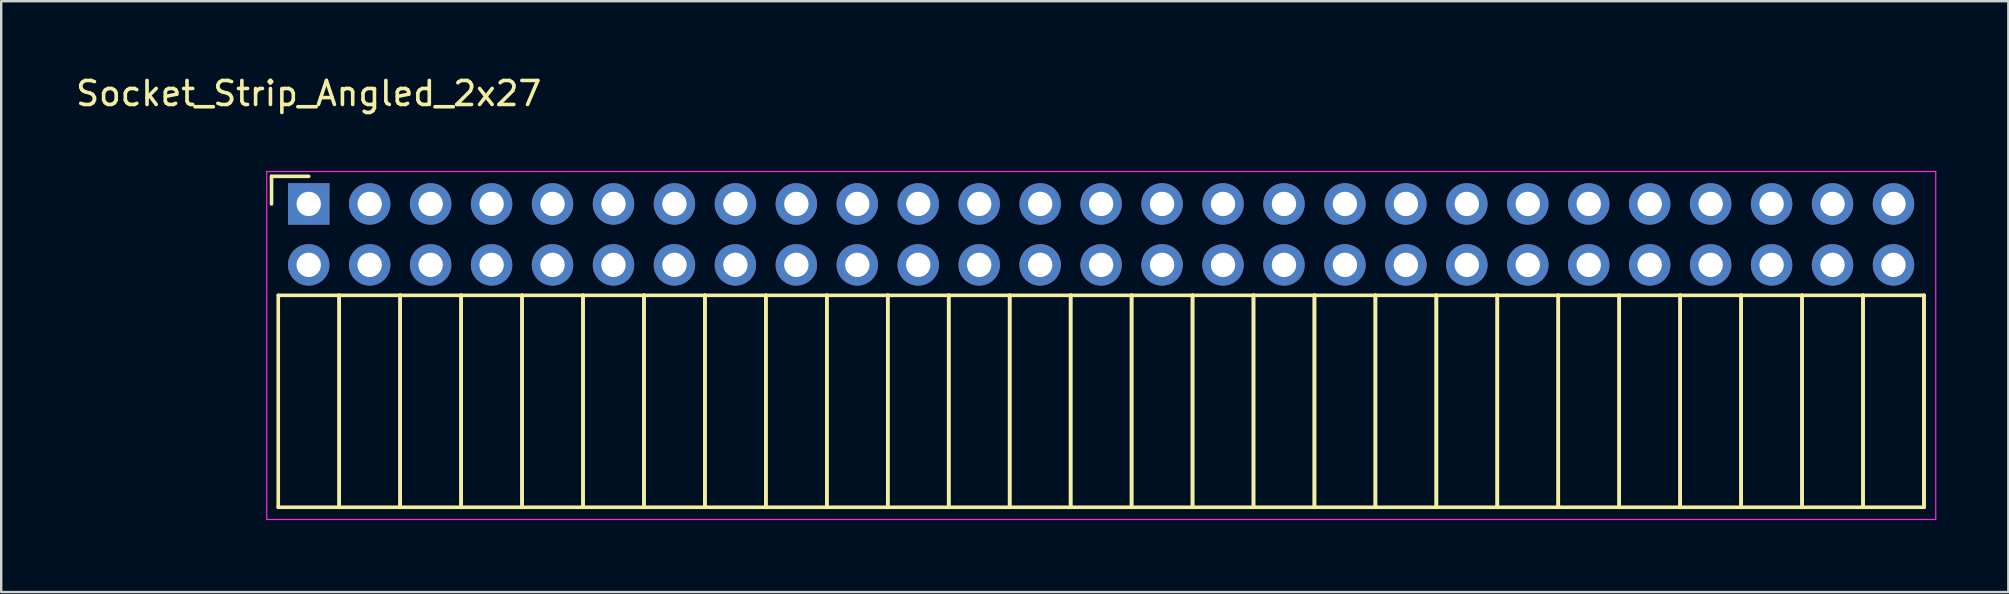
<source format=kicad_pcb>
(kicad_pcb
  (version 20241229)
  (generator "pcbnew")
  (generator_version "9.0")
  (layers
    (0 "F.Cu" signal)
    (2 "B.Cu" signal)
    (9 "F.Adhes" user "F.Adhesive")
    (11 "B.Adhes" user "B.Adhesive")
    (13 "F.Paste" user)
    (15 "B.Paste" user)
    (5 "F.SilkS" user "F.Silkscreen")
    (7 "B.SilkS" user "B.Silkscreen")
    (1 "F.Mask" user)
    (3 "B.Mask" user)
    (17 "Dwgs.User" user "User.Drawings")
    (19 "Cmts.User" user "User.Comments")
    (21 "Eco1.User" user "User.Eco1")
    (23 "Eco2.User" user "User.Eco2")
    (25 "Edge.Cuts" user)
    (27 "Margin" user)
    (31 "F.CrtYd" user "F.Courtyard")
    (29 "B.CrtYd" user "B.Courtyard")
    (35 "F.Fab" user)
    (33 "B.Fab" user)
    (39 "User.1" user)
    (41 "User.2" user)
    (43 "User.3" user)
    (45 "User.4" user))
  (footprint "Socket_Strip_Angled_2x27"
    (layer "F.Cu")
    (at 9.815 5.448)
    (property "Reference" "Socket_Strip_Angled_2x27" (at 0 -4.6 0) (layer "F.SilkS") (effects (font (size 1 1) (thickness 0.15))))
    (attr through_hole)
    (fp_line (start -1.55 -1.15) (end -1.55 0) (stroke (width 0.15) (type solid)) (layer "F.SilkS"))
    (fp_line (start -1.27 3.81) (end -1.27 12.64) (stroke (width 0.15) (type solid)) (layer "F.SilkS"))
    (fp_line (start -1.27 3.81) (end 1.27 3.81) (stroke (width 0.15) (type solid)) (layer "F.SilkS"))
    (fp_line (start -1.27 12.64) (end 1.27 12.64) (stroke (width 0.15) (type solid)) (layer "F.SilkS"))
    (fp_line (start 0 -1.15) (end -1.55 -1.15) (stroke (width 0.15) (type solid)) (layer "F.SilkS"))
    (fp_line (start 1.27 3.81) (end 1.27 12.64) (stroke (width 0.15) (type solid)) (layer "F.SilkS"))
    (fp_line (start 1.27 3.81) (end 3.81 3.81) (stroke (width 0.15) (type solid)) (layer "F.SilkS"))
    (fp_line (start 1.27 12.64) (end 1.27 3.81) (stroke (width 0.15) (type solid)) (layer "F.SilkS"))
    (fp_line (start 1.27 12.64) (end 3.81 12.64) (stroke (width 0.15) (type solid)) (layer "F.SilkS"))
    (fp_line (start 3.81 3.81) (end 3.81 12.64) (stroke (width 0.15) (type solid)) (layer "F.SilkS"))
    (fp_line (start 3.81 3.81) (end 6.35 3.81) (stroke (width 0.15) (type solid)) (layer "F.SilkS"))
    (fp_line (start 3.81 12.64) (end 3.81 3.81) (stroke (width 0.15) (type solid)) (layer "F.SilkS"))
    (fp_line (start 3.81 12.64) (end 6.35 12.64) (stroke (width 0.15) (type solid)) (layer "F.SilkS"))
    (fp_line (start 6.35 3.81) (end 6.35 12.64) (stroke (width 0.15) (type solid)) (layer "F.SilkS"))
    (fp_line (start 6.35 3.81) (end 8.89 3.81) (stroke (width 0.15) (type solid)) (layer "F.SilkS"))
    (fp_line (start 6.35 12.64) (end 6.35 3.81) (stroke (width 0.15) (type solid)) (layer "F.SilkS"))
    (fp_line (start 6.35 12.64) (end 8.89 12.64) (stroke (width 0.15) (type solid)) (layer "F.SilkS"))
    (fp_line (start 8.89 3.81) (end 8.89 12.64) (stroke (width 0.15) (type solid)) (layer "F.SilkS"))
    (fp_line (start 8.89 3.81) (end 11.43 3.81) (stroke (width 0.15) (type solid)) (layer "F.SilkS"))
    (fp_line (start 8.89 12.64) (end 8.89 3.81) (stroke (width 0.15) (type solid)) (layer "F.SilkS"))
    (fp_line (start 8.89 12.64) (end 11.43 12.64) (stroke (width 0.15) (type solid)) (layer "F.SilkS"))
    (fp_line (start 11.43 3.81) (end 11.43 12.64) (stroke (width 0.15) (type solid)) (layer "F.SilkS"))
    (fp_line (start 11.43 3.81) (end 13.97 3.81) (stroke (width 0.15) (type solid)) (layer "F.SilkS"))
    (fp_line (start 11.43 12.64) (end 11.43 3.81) (stroke (width 0.15) (type solid)) (layer "F.SilkS"))
    (fp_line (start 11.43 12.64) (end 13.97 12.64) (stroke (width 0.15) (type solid)) (layer "F.SilkS"))
    (fp_line (start 13.97 3.81) (end 13.97 12.64) (stroke (width 0.15) (type solid)) (layer "F.SilkS"))
    (fp_line (start 13.97 3.81) (end 16.51 3.81) (stroke (width 0.15) (type solid)) (layer "F.SilkS"))
    (fp_line (start 13.97 12.64) (end 13.97 3.81) (stroke (width 0.15) (type solid)) (layer "F.SilkS"))
    (fp_line (start 13.97 12.64) (end 16.51 12.64) (stroke (width 0.15) (type solid)) (layer "F.SilkS"))
    (fp_line (start 16.51 3.81) (end 16.51 12.64) (stroke (width 0.15) (type solid)) (layer "F.SilkS"))
    (fp_line (start 16.51 3.81) (end 19.05 3.81) (stroke (width 0.15) (type solid)) (layer "F.SilkS"))
    (fp_line (start 16.51 12.64) (end 16.51 3.81) (stroke (width 0.15) (type solid)) (layer "F.SilkS"))
    (fp_line (start 16.51 12.64) (end 19.05 12.64) (stroke (width 0.15) (type solid)) (layer "F.SilkS"))
    (fp_line (start 19.05 3.81) (end 19.05 12.64) (stroke (width 0.15) (type solid)) (layer "F.SilkS"))
    (fp_line (start 19.05 3.81) (end 21.59 3.81) (stroke (width 0.15) (type solid)) (layer "F.SilkS"))
    (fp_line (start 19.05 12.64) (end 19.05 3.81) (stroke (width 0.15) (type solid)) (layer "F.SilkS"))
    (fp_line (start 19.05 12.64) (end 21.59 12.64) (stroke (width 0.15) (type solid)) (layer "F.SilkS"))
    (fp_line (start 21.59 3.81) (end 21.59 12.64) (stroke (width 0.15) (type solid)) (layer "F.SilkS"))
    (fp_line (start 21.59 3.81) (end 24.13 3.81) (stroke (width 0.15) (type solid)) (layer "F.SilkS"))
    (fp_line (start 21.59 12.64) (end 21.59 3.81) (stroke (width 0.15) (type solid)) (layer "F.SilkS"))
    (fp_line (start 21.59 12.64) (end 24.13 12.64) (stroke (width 0.15) (type solid)) (layer "F.SilkS"))
    (fp_line (start 24.13 3.81) (end 24.13 12.64) (stroke (width 0.15) (type solid)) (layer "F.SilkS"))
    (fp_line (start 24.13 3.81) (end 26.67 3.81) (stroke (width 0.15) (type solid)) (layer "F.SilkS"))
    (fp_line (start 24.13 12.64) (end 24.13 3.81) (stroke (width 0.15) (type solid)) (layer "F.SilkS"))
    (fp_line (start 24.13 12.64) (end 26.67 12.64) (stroke (width 0.15) (type solid)) (layer "F.SilkS"))
    (fp_line (start 26.67 3.81) (end 26.67 12.64) (stroke (width 0.15) (type solid)) (layer "F.SilkS"))
    (fp_line (start 26.67 3.81) (end 29.21 3.81) (stroke (width 0.15) (type solid)) (layer "F.SilkS"))
    (fp_line (start 26.67 12.64) (end 26.67 3.81) (stroke (width 0.15) (type solid)) (layer "F.SilkS"))
    (fp_line (start 26.67 12.64) (end 29.21 12.64) (stroke (width 0.15) (type solid)) (layer "F.SilkS"))
    (fp_line (start 29.21 3.81) (end 29.21 12.64) (stroke (width 0.15) (type solid)) (layer "F.SilkS"))
    (fp_line (start 29.21 3.81) (end 31.75 3.81) (stroke (width 0.15) (type solid)) (layer "F.SilkS"))
    (fp_line (start 29.21 12.64) (end 29.21 3.81) (stroke (width 0.15) (type solid)) (layer "F.SilkS"))
    (fp_line (start 29.21 12.64) (end 31.75 12.64) (stroke (width 0.15) (type solid)) (layer "F.SilkS"))
    (fp_line (start 31.75 3.81) (end 31.75 12.64) (stroke (width 0.15) (type solid)) (layer "F.SilkS"))
    (fp_line (start 31.75 3.81) (end 34.29 3.81) (stroke (width 0.15) (type solid)) (layer "F.SilkS"))
    (fp_line (start 31.75 12.64) (end 31.75 3.81) (stroke (width 0.15) (type solid)) (layer "F.SilkS"))
    (fp_line (start 31.75 12.64) (end 34.29 12.64) (stroke (width 0.15) (type solid)) (layer "F.SilkS"))
    (fp_line (start 34.29 3.81) (end 34.29 12.64) (stroke (width 0.15) (type solid)) (layer "F.SilkS"))
    (fp_line (start 34.29 3.81) (end 36.83 3.81) (stroke (width 0.15) (type solid)) (layer "F.SilkS"))
    (fp_line (start 34.29 12.64) (end 34.29 3.81) (stroke (width 0.15) (type solid)) (layer "F.SilkS"))
    (fp_line (start 34.29 12.64) (end 36.83 12.64) (stroke (width 0.15) (type solid)) (layer "F.SilkS"))
    (fp_line (start 36.83 3.81) (end 36.83 12.64) (stroke (width 0.15) (type solid)) (layer "F.SilkS"))
    (fp_line (start 36.83 3.81) (end 39.37 3.81) (stroke (width 0.15) (type solid)) (layer "F.SilkS"))
    (fp_line (start 36.83 12.64) (end 36.83 3.81) (stroke (width 0.15) (type solid)) (layer "F.SilkS"))
    (fp_line (start 36.83 12.64) (end 39.37 12.64) (stroke (width 0.15) (type solid)) (layer "F.SilkS"))
    (fp_line (start 39.37 3.81) (end 39.37 12.64) (stroke (width 0.15) (type solid)) (layer "F.SilkS"))
    (fp_line (start 39.37 3.81) (end 41.91 3.81) (stroke (width 0.15) (type solid)) (layer "F.SilkS"))
    (fp_line (start 39.37 12.64) (end 39.37 3.81) (stroke (width 0.15) (type solid)) (layer "F.SilkS"))
    (fp_line (start 39.37 12.64) (end 41.91 12.64) (stroke (width 0.15) (type solid)) (layer "F.SilkS"))
    (fp_line (start 41.91 3.81) (end 41.91 12.64) (stroke (width 0.15) (type solid)) (layer "F.SilkS"))
    (fp_line (start 41.91 3.81) (end 44.45 3.81) (stroke (width 0.15) (type solid)) (layer "F.SilkS"))
    (fp_line (start 41.91 12.64) (end 41.91 3.81) (stroke (width 0.15) (type solid)) (layer "F.SilkS"))
    (fp_line (start 41.91 12.64) (end 44.45 12.64) (stroke (width 0.15) (type solid)) (layer "F.SilkS"))
    (fp_line (start 44.45 3.81) (end 44.45 12.64) (stroke (width 0.15) (type solid)) (layer "F.SilkS"))
    (fp_line (start 44.45 3.81) (end 46.99 3.81) (stroke (width 0.15) (type solid)) (layer "F.SilkS"))
    (fp_line (start 44.45 12.64) (end 44.45 3.81) (stroke (width 0.15) (type solid)) (layer "F.SilkS"))
    (fp_line (start 44.45 12.64) (end 46.99 12.64) (stroke (width 0.15) (type solid)) (layer "F.SilkS"))
    (fp_line (start 46.99 3.81) (end 46.99 12.64) (stroke (width 0.15) (type solid)) (layer "F.SilkS"))
    (fp_line (start 46.99 3.81) (end 49.53 3.81) (stroke (width 0.15) (type solid)) (layer "F.SilkS"))
    (fp_line (start 46.99 12.64) (end 46.99 3.81) (stroke (width 0.15) (type solid)) (layer "F.SilkS"))
    (fp_line (start 46.99 12.64) (end 49.53 12.64) (stroke (width 0.15) (type solid)) (layer "F.SilkS"))
    (fp_line (start 49.53 3.81) (end 49.53 12.64) (stroke (width 0.15) (type solid)) (layer "F.SilkS"))
    (fp_line (start 49.53 3.81) (end 52.07 3.81) (stroke (width 0.15) (type solid)) (layer "F.SilkS"))
    (fp_line (start 49.53 12.64) (end 49.53 3.81) (stroke (width 0.15) (type solid)) (layer "F.SilkS"))
    (fp_line (start 49.53 12.64) (end 52.07 12.64) (stroke (width 0.15) (type solid)) (layer "F.SilkS"))
    (fp_line (start 52.07 3.81) (end 52.07 12.64) (stroke (width 0.15) (type solid)) (layer "F.SilkS"))
    (fp_line (start 52.07 3.81) (end 54.61 3.81) (stroke (width 0.15) (type solid)) (layer "F.SilkS"))
    (fp_line (start 52.07 12.64) (end 52.07 3.81) (stroke (width 0.15) (type solid)) (layer "F.SilkS"))
    (fp_line (start 52.07 12.64) (end 54.61 12.64) (stroke (width 0.15) (type solid)) (layer "F.SilkS"))
    (fp_line (start 54.61 3.81) (end 54.61 12.64) (stroke (width 0.15) (type solid)) (layer "F.SilkS"))
    (fp_line (start 54.61 3.81) (end 57.15 3.81) (stroke (width 0.15) (type solid)) (layer "F.SilkS"))
    (fp_line (start 54.61 12.64) (end 54.61 3.81) (stroke (width 0.15) (type solid)) (layer "F.SilkS"))
    (fp_line (start 54.61 12.64) (end 57.15 12.64) (stroke (width 0.15) (type solid)) (layer "F.SilkS"))
    (fp_line (start 57.15 3.81) (end 57.15 12.64) (stroke (width 0.15) (type solid)) (layer "F.SilkS"))
    (fp_line (start 57.15 3.81) (end 59.69 3.81) (stroke (width 0.15) (type solid)) (layer "F.SilkS"))
    (fp_line (start 57.15 12.64) (end 57.15 3.81) (stroke (width 0.15) (type solid)) (layer "F.SilkS"))
    (fp_line (start 57.15 12.64) (end 59.69 12.64) (stroke (width 0.15) (type solid)) (layer "F.SilkS"))
    (fp_line (start 59.69 3.81) (end 59.69 12.64) (stroke (width 0.15) (type solid)) (layer "F.SilkS"))
    (fp_line (start 59.69 3.81) (end 62.23 3.81) (stroke (width 0.15) (type solid)) (layer "F.SilkS"))
    (fp_line (start 59.69 12.64) (end 59.69 3.81) (stroke (width 0.15) (type solid)) (layer "F.SilkS"))
    (fp_line (start 59.69 12.64) (end 62.23 12.64) (stroke (width 0.15) (type solid)) (layer "F.SilkS"))
    (fp_line (start 62.23 3.81) (end 62.23 12.64) (stroke (width 0.15) (type solid)) (layer "F.SilkS"))
    (fp_line (start 62.23 3.81) (end 64.77 3.81) (stroke (width 0.15) (type solid)) (layer "F.SilkS"))
    (fp_line (start 62.23 12.64) (end 62.23 3.81) (stroke (width 0.15) (type solid)) (layer "F.SilkS"))
    (fp_line (start 62.23 12.64) (end 64.77 12.64) (stroke (width 0.15) (type solid)) (layer "F.SilkS"))
    (fp_line (start 64.77 3.81) (end 64.77 12.64) (stroke (width 0.15) (type solid)) (layer "F.SilkS"))
    (fp_line (start 64.77 3.81) (end 67.31 3.81) (stroke (width 0.15) (type solid)) (layer "F.SilkS"))
    (fp_line (start 64.77 12.64) (end 64.77 3.81) (stroke (width 0.15) (type solid)) (layer "F.SilkS"))
    (fp_line (start 64.77 12.64) (end 67.31 12.64) (stroke (width 0.15) (type solid)) (layer "F.SilkS"))
    (fp_line (start 67.31 3.81) (end 67.31 12.64) (stroke (width 0.15) (type solid)) (layer "F.SilkS"))
    (fp_line (start 67.31 12.64) (end 67.31 3.81) (stroke (width 0.15) (type solid)) (layer "F.SilkS"))
    (fp_line (start -1.75 -1.35) (end -1.75 13.15) (stroke (width 0.05) (type solid)) (layer "F.CrtYd"))
    (fp_line (start -1.75 -1.35) (end 67.8 -1.35) (stroke (width 0.05) (type solid)) (layer "F.CrtYd"))
    (fp_line (start -1.75 13.15) (end 67.8 13.15) (stroke (width 0.05) (type solid)) (layer "F.CrtYd"))
    (fp_line (start 67.8 -1.35) (end 67.8 13.15) (stroke (width 0.05) (type solid)) (layer "F.CrtYd"))
    (pad "1" thru_hole rect (at 0 0) (size 1.727 1.727) (drill 1.016) (layers "*.Cu" "*.Mask"))
    (pad "2" thru_hole oval (at 0 2.54) (size 1.727 1.727) (drill 1.016) (layers "*.Cu" "*.Mask"))
    (pad "3" thru_hole oval (at 2.54 0) (size 1.727 1.727) (drill 1.016) (layers "*.Cu" "*.Mask"))
    (pad "4" thru_hole oval (at 2.54 2.54) (size 1.727 1.727) (drill 1.016) (layers "*.Cu" "*.Mask"))
    (pad "5" thru_hole oval (at 5.08 0) (size 1.727 1.727) (drill 1.016) (layers "*.Cu" "*.Mask"))
    (pad "6" thru_hole oval (at 5.08 2.54) (size 1.727 1.727) (drill 1.016) (layers "*.Cu" "*.Mask"))
    (pad "7" thru_hole oval (at 7.62 0) (size 1.727 1.727) (drill 1.016) (layers "*.Cu" "*.Mask"))
    (pad "8" thru_hole oval (at 7.62 2.54) (size 1.727 1.727) (drill 1.016) (layers "*.Cu" "*.Mask"))
    (pad "9" thru_hole oval (at 10.16 0) (size 1.727 1.727) (drill 1.016) (layers "*.Cu" "*.Mask"))
    (pad "10" thru_hole oval (at 10.16 2.54) (size 1.727 1.727) (drill 1.016) (layers "*.Cu" "*.Mask"))
    (pad "11" thru_hole oval (at 12.7 0) (size 1.727 1.727) (drill 1.016) (layers "*.Cu" "*.Mask"))
    (pad "12" thru_hole oval (at 12.7 2.54) (size 1.727 1.727) (drill 1.016) (layers "*.Cu" "*.Mask"))
    (pad "13" thru_hole oval (at 15.24 0) (size 1.727 1.727) (drill 1.016) (layers "*.Cu" "*.Mask"))
    (pad "14" thru_hole oval (at 15.24 2.54) (size 1.727 1.727) (drill 1.016) (layers "*.Cu" "*.Mask"))
    (pad "15" thru_hole oval (at 17.78 0) (size 1.727 1.727) (drill 1.016) (layers "*.Cu" "*.Mask"))
    (pad "16" thru_hole oval (at 17.78 2.54) (size 1.727 1.727) (drill 1.016) (layers "*.Cu" "*.Mask"))
    (pad "17" thru_hole oval (at 20.32 0) (size 1.727 1.727) (drill 1.016) (layers "*.Cu" "*.Mask"))
    (pad "18" thru_hole oval (at 20.32 2.54) (size 1.727 1.727) (drill 1.016) (layers "*.Cu" "*.Mask"))
    (pad "19" thru_hole oval (at 22.86 0) (size 1.727 1.727) (drill 1.016) (layers "*.Cu" "*.Mask"))
    (pad "20" thru_hole oval (at 22.86 2.54) (size 1.727 1.727) (drill 1.016) (layers "*.Cu" "*.Mask"))
    (pad "21" thru_hole oval (at 25.4 0) (size 1.727 1.727) (drill 1.016) (layers "*.Cu" "*.Mask"))
    (pad "22" thru_hole oval (at 25.4 2.54) (size 1.727 1.727) (drill 1.016) (layers "*.Cu" "*.Mask"))
    (pad "23" thru_hole oval (at 27.94 0) (size 1.727 1.727) (drill 1.016) (layers "*.Cu" "*.Mask"))
    (pad "24" thru_hole oval (at 27.94 2.54) (size 1.727 1.727) (drill 1.016) (layers "*.Cu" "*.Mask"))
    (pad "25" thru_hole oval (at 30.48 0) (size 1.727 1.727) (drill 1.016) (layers "*.Cu" "*.Mask"))
    (pad "26" thru_hole oval (at 30.48 2.54) (size 1.727 1.727) (drill 1.016) (layers "*.Cu" "*.Mask"))
    (pad "27" thru_hole oval (at 33.02 0) (size 1.727 1.727) (drill 1.016) (layers "*.Cu" "*.Mask"))
    (pad "28" thru_hole oval (at 33.02 2.54) (size 1.727 1.727) (drill 1.016) (layers "*.Cu" "*.Mask"))
    (pad "29" thru_hole oval (at 35.56 0) (size 1.727 1.727) (drill 1.016) (layers "*.Cu" "*.Mask"))
    (pad "30" thru_hole oval (at 35.56 2.54) (size 1.727 1.727) (drill 1.016) (layers "*.Cu" "*.Mask"))
    (pad "31" thru_hole oval (at 38.1 0) (size 1.727 1.727) (drill 1.016) (layers "*.Cu" "*.Mask"))
    (pad "32" thru_hole oval (at 38.1 2.54) (size 1.727 1.727) (drill 1.016) (layers "*.Cu" "*.Mask"))
    (pad "33" thru_hole oval (at 40.64 0) (size 1.727 1.727) (drill 1.016) (layers "*.Cu" "*.Mask"))
    (pad "34" thru_hole oval (at 40.64 2.54) (size 1.727 1.727) (drill 1.016) (layers "*.Cu" "*.Mask"))
    (pad "35" thru_hole oval (at 43.18 0) (size 1.727 1.727) (drill 1.016) (layers "*.Cu" "*.Mask"))
    (pad "36" thru_hole oval (at 43.18 2.54) (size 1.727 1.727) (drill 1.016) (layers "*.Cu" "*.Mask"))
    (pad "37" thru_hole oval (at 45.72 0) (size 1.727 1.727) (drill 1.016) (layers "*.Cu" "*.Mask"))
    (pad "38" thru_hole oval (at 45.72 2.54) (size 1.727 1.727) (drill 1.016) (layers "*.Cu" "*.Mask"))
    (pad "39" thru_hole oval (at 48.26 0) (size 1.727 1.727) (drill 1.016) (layers "*.Cu" "*.Mask"))
    (pad "40" thru_hole oval (at 48.26 2.54) (size 1.727 1.727) (drill 1.016) (layers "*.Cu" "*.Mask"))
    (pad "41" thru_hole oval (at 50.8 0) (size 1.727 1.727) (drill 1.016) (layers "*.Cu" "*.Mask"))
    (pad "42" thru_hole oval (at 50.8 2.54) (size 1.727 1.727) (drill 1.016) (layers "*.Cu" "*.Mask"))
    (pad "43" thru_hole oval (at 53.34 0) (size 1.727 1.727) (drill 1.016) (layers "*.Cu" "*.Mask"))
    (pad "44" thru_hole oval (at 53.34 2.54) (size 1.727 1.727) (drill 1.016) (layers "*.Cu" "*.Mask"))
    (pad "45" thru_hole oval (at 55.88 0) (size 1.727 1.727) (drill 1.016) (layers "*.Cu" "*.Mask"))
    (pad "46" thru_hole oval (at 55.88 2.54) (size 1.727 1.727) (drill 1.016) (layers "*.Cu" "*.Mask"))
    (pad "47" thru_hole oval (at 58.42 0) (size 1.727 1.727) (drill 1.016) (layers "*.Cu" "*.Mask"))
    (pad "48" thru_hole oval (at 58.42 2.54) (size 1.727 1.727) (drill 1.016) (layers "*.Cu" "*.Mask"))
    (pad "49" thru_hole oval (at 60.96 0) (size 1.727 1.727) (drill 1.016) (layers "*.Cu" "*.Mask"))
    (pad "50" thru_hole oval (at 60.96 2.54) (size 1.727 1.727) (drill 1.016) (layers "*.Cu" "*.Mask"))
    (pad "51" thru_hole oval (at 63.5 0) (size 1.727 1.727) (drill 1.016) (layers "*.Cu" "*.Mask"))
    (pad "52" thru_hole oval (at 63.5 2.54) (size 1.727 1.727) (drill 1.016) (layers "*.Cu" "*.Mask"))
    (pad "53" thru_hole oval (at 66.04 0) (size 1.727 1.727) (drill 1.016) (layers "*.Cu" "*.Mask"))
    (pad "54" thru_hole oval (at 66.04 2.54) (size 1.727 1.727) (drill 1.016) (layers "*.Cu" "*.Mask")))
  (gr_rect
    (start -3 -3)
    (end 80.64 21.623)
    (stroke (width 0.1) (type default))
    (fill no)
    (layer "Edge.Cuts")))
</source>
